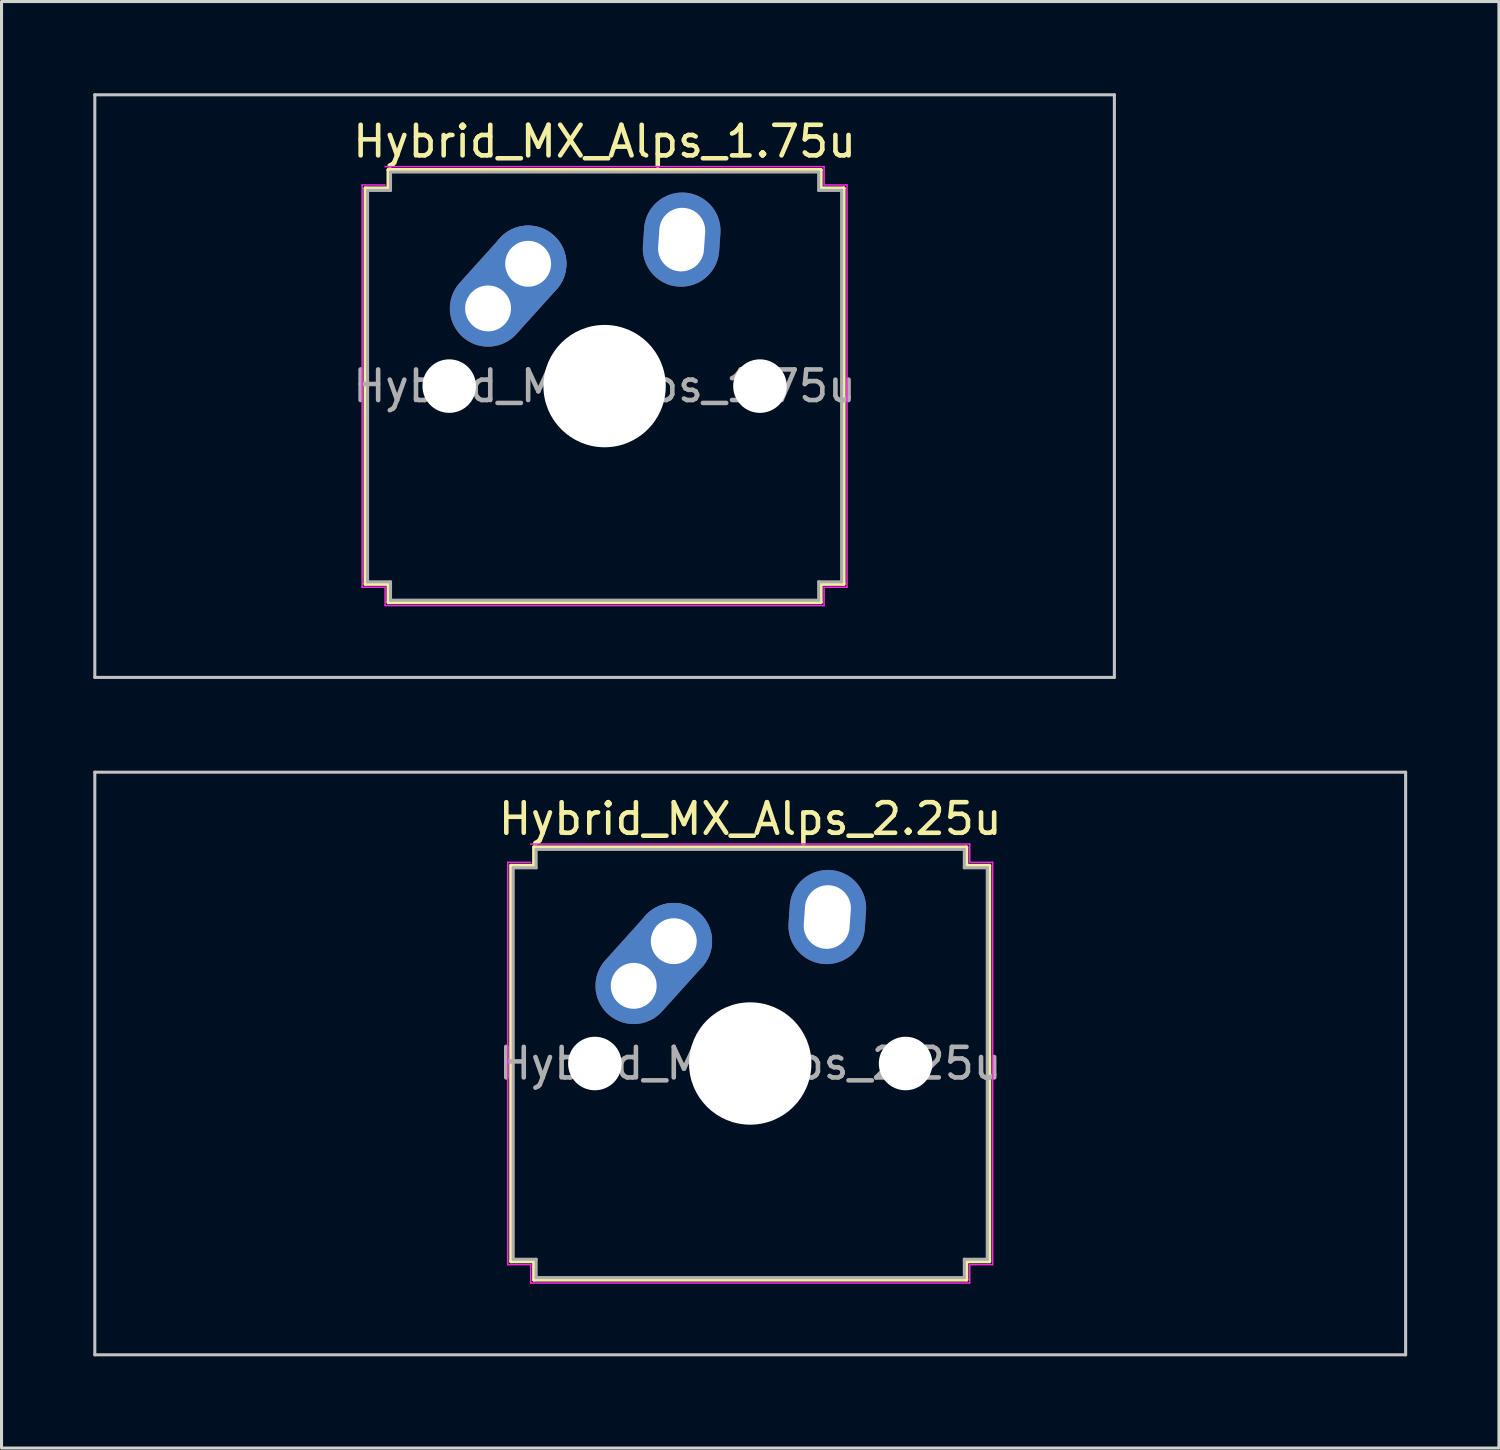
<source format=kicad_pcb>
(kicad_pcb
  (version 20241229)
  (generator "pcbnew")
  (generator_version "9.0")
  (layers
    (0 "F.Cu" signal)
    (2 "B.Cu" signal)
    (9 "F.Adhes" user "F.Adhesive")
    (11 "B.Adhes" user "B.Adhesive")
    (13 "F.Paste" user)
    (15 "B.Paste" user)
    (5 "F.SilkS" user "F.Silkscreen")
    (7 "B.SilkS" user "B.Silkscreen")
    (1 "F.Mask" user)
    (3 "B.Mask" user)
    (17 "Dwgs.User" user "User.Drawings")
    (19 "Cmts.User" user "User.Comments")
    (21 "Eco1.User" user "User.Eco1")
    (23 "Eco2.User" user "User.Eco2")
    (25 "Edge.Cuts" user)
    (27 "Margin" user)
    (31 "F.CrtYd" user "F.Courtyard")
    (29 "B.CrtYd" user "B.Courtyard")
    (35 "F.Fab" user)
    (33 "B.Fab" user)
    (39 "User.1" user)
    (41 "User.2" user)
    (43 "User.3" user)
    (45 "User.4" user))
  (footprint "Hybrid_MX_Alps_1.75u"
    (layer "F.Cu")
    (at 16.719 9.575)
    (property "Reference" "Hybrid_MX_Alps_1.75u" (at 0 -8 0) (layer "F.SilkS") (effects (font (size 1 1) (thickness 0.15))))
    (attr through_hole)
    (fp_line (start -7.821 -6.471) (end -7.071 -6.471) (stroke (width 0.12) (type solid)) (layer "F.SilkS"))
    (fp_line (start -7.821 6.471) (end -7.821 -6.471) (stroke (width 0.12) (type solid)) (layer "F.SilkS"))
    (fp_line (start -7.071 -7.071) (end 7.071 -7.071) (stroke (width 0.12) (type solid)) (layer "F.SilkS"))
    (fp_line (start -7.071 -6.471) (end -7.071 -7.071) (stroke (width 0.12) (type solid)) (layer "F.SilkS"))
    (fp_line (start -7.071 6.471) (end -7.821 6.471) (stroke (width 0.12) (type solid)) (layer "F.SilkS"))
    (fp_line (start -7.071 7.071) (end -7.071 6.471) (stroke (width 0.12) (type solid)) (layer "F.SilkS"))
    (fp_line (start 7.071 -7.071) (end 7.071 -6.471) (stroke (width 0.12) (type solid)) (layer "F.SilkS"))
    (fp_line (start 7.071 -6.471) (end 7.821 -6.471) (stroke (width 0.12) (type solid)) (layer "F.SilkS"))
    (fp_line (start 7.071 6.471) (end 7.071 7.071) (stroke (width 0.12) (type solid)) (layer "F.SilkS"))
    (fp_line (start 7.071 7.071) (end -7.071 7.071) (stroke (width 0.12) (type solid)) (layer "F.SilkS"))
    (fp_line (start 7.821 -6.471) (end 7.821 6.471) (stroke (width 0.12) (type solid)) (layer "F.SilkS"))
    (fp_line (start 7.821 6.471) (end 7.071 6.471) (stroke (width 0.12) (type solid)) (layer "F.SilkS"))
    (fp_line (start -16.669 -9.525) (end -16.669 9.525) (stroke (width 0.1) (type solid)) (layer "Dwgs.User"))
    (fp_line (start -16.669 9.525) (end 16.669 9.525) (stroke (width 0.1) (type solid)) (layer "Dwgs.User"))
    (fp_line (start 16.669 -9.525) (end -16.669 -9.525) (stroke (width 0.1) (type solid)) (layer "Dwgs.User"))
    (fp_line (start 16.669 9.525) (end 16.669 -9.525) (stroke (width 0.1) (type solid)) (layer "Dwgs.User"))
    (fp_line (start -7.927 -6.577) (end -7.177 -6.577) (stroke (width 0.05) (type solid)) (layer "F.CrtYd"))
    (fp_line (start -7.927 6.577) (end -7.927 -6.577) (stroke (width 0.05) (type solid)) (layer "F.CrtYd"))
    (fp_line (start -7.177 -7.177) (end 7.177 -7.177) (stroke (width 0.05) (type solid)) (layer "F.CrtYd"))
    (fp_line (start -7.177 6.577) (end -7.927 6.577) (stroke (width 0.05) (type solid)) (layer "F.CrtYd"))
    (fp_line (start -7.177 7.177) (end -7.177 6.577) (stroke (width 0.05) (type solid)) (layer "F.CrtYd"))
    (fp_line (start 7.177 -7.177) (end 7.177 -6.577) (stroke (width 0.05) (type solid)) (layer "F.CrtYd"))
    (fp_line (start 7.177 -6.577) (end 7.927 -6.577) (stroke (width 0.05) (type solid)) (layer "F.CrtYd"))
    (fp_line (start 7.177 6.577) (end 7.177 7.177) (stroke (width 0.05) (type solid)) (layer "F.CrtYd"))
    (fp_line (start 7.177 7.177) (end -7.177 7.177) (stroke (width 0.05) (type solid)) (layer "F.CrtYd"))
    (fp_line (start 7.927 -6.577) (end 7.927 6.577) (stroke (width 0.05) (type solid)) (layer "F.CrtYd"))
    (fp_line (start 7.927 6.577) (end 7.177 6.577) (stroke (width 0.05) (type solid)) (layer "F.CrtYd"))
    (fp_line (start -7.75 -6.4) (end -7 -6.4) (stroke (width 0.1) (type solid)) (layer "F.Fab"))
    (fp_line (start -7.75 6.4) (end -7.75 -6.4) (stroke (width 0.1) (type solid)) (layer "F.Fab"))
    (fp_line (start -7 -7) (end 7 -7) (stroke (width 0.1) (type solid)) (layer "F.Fab"))
    (fp_line (start -7 -6.4) (end -7 -7) (stroke (width 0.1) (type solid)) (layer "F.Fab"))
    (fp_line (start -7 6.4) (end -7.75 6.4) (stroke (width 0.1) (type solid)) (layer "F.Fab"))
    (fp_line (start -7 7) (end -7 6.4) (stroke (width 0.1) (type solid)) (layer "F.Fab"))
    (fp_line (start 7 -7) (end 7 -6.4) (stroke (width 0.1) (type solid)) (layer "F.Fab"))
    (fp_line (start 7 -6.4) (end 7.75 -6.4) (stroke (width 0.1) (type solid)) (layer "F.Fab"))
    (fp_line (start 7 6.4) (end 7 7) (stroke (width 0.1) (type solid)) (layer "F.Fab"))
    (fp_line (start 7 7) (end -7 7) (stroke (width 0.1) (type solid)) (layer "F.Fab"))
    (fp_line (start 7.75 -6.4) (end 7.75 6.4) (stroke (width 0.1) (type solid)) (layer "F.Fab"))
    (fp_line (start 7.75 6.4) (end 7 6.4) (stroke (width 0.1) (type solid)) (layer "F.Fab"))
    (fp_text user "${REFERENCE}" (at 0 0 0) (layer "F.Fab") (effects (font (size 1 1) (thickness 0.15))))
    (pad "" np_thru_hole circle (at -5.08 0) (size 1.75 1.75) (drill 1.75) (layers "*.Cu" "*.Mask"))
    (pad "" np_thru_hole circle (at 0 0) (size 4 4) (drill 4) (layers "*.Cu" "*.Mask"))
    (pad "" np_thru_hole circle (at 5.08 0) (size 1.75 1.75) (drill 1.75) (layers "*.Cu" "*.Mask"))
    (pad "1" thru_hole oval (at -3.81 -2.54 48) (size 4.462 2.5) (drill 1.5 (offset 0.981 0)) (layers "*.Cu" "*.Mask"))
    (pad "1" thru_hole circle (at -2.5 -4) (size 2.5 2.5) (drill 1.5) (layers "*.Cu" "*.Mask"))
    (pad "2" thru_hole oval (at 2.52 -4.79 86) (size 3.081 2.5) (drill oval 2.081 1.5) (layers "*.Cu" "*.Mask")))
  (footprint "Hybrid_MX_Alps_2.25u"
    (layer "F.Cu")
    (at 21.481 31.725)
    (property "Reference" "Hybrid_MX_Alps_2.25u" (at 0 -8 0) (layer "F.SilkS") (effects (font (size 1 1) (thickness 0.15))))
    (attr through_hole)
    (fp_line (start -7.821 -6.471) (end -7.071 -6.471) (stroke (width 0.12) (type solid)) (layer "F.SilkS"))
    (fp_line (start -7.821 6.471) (end -7.821 -6.471) (stroke (width 0.12) (type solid)) (layer "F.SilkS"))
    (fp_line (start -7.071 -7.071) (end 7.071 -7.071) (stroke (width 0.12) (type solid)) (layer "F.SilkS"))
    (fp_line (start -7.071 -6.471) (end -7.071 -7.071) (stroke (width 0.12) (type solid)) (layer "F.SilkS"))
    (fp_line (start -7.071 6.471) (end -7.821 6.471) (stroke (width 0.12) (type solid)) (layer "F.SilkS"))
    (fp_line (start -7.071 7.071) (end -7.071 6.471) (stroke (width 0.12) (type solid)) (layer "F.SilkS"))
    (fp_line (start 7.071 -7.071) (end 7.071 -6.471) (stroke (width 0.12) (type solid)) (layer "F.SilkS"))
    (fp_line (start 7.071 -6.471) (end 7.821 -6.471) (stroke (width 0.12) (type solid)) (layer "F.SilkS"))
    (fp_line (start 7.071 6.471) (end 7.071 7.071) (stroke (width 0.12) (type solid)) (layer "F.SilkS"))
    (fp_line (start 7.071 7.071) (end -7.071 7.071) (stroke (width 0.12) (type solid)) (layer "F.SilkS"))
    (fp_line (start 7.821 -6.471) (end 7.821 6.471) (stroke (width 0.12) (type solid)) (layer "F.SilkS"))
    (fp_line (start 7.821 6.471) (end 7.071 6.471) (stroke (width 0.12) (type solid)) (layer "F.SilkS"))
    (fp_line (start -21.431 -9.525) (end -21.431 9.525) (stroke (width 0.1) (type solid)) (layer "Dwgs.User"))
    (fp_line (start -21.431 9.525) (end 21.431 9.525) (stroke (width 0.1) (type solid)) (layer "Dwgs.User"))
    (fp_line (start 21.431 -9.525) (end -21.431 -9.525) (stroke (width 0.1) (type solid)) (layer "Dwgs.User"))
    (fp_line (start 21.431 9.525) (end 21.431 -9.525) (stroke (width 0.1) (type solid)) (layer "Dwgs.User"))
    (fp_line (start -7.927 -6.577) (end -7.177 -6.577) (stroke (width 0.05) (type solid)) (layer "F.CrtYd"))
    (fp_line (start -7.927 6.577) (end -7.927 -6.577) (stroke (width 0.05) (type solid)) (layer "F.CrtYd"))
    (fp_line (start -7.177 -7.177) (end 7.177 -7.177) (stroke (width 0.05) (type solid)) (layer "F.CrtYd"))
    (fp_line (start -7.177 6.577) (end -7.927 6.577) (stroke (width 0.05) (type solid)) (layer "F.CrtYd"))
    (fp_line (start -7.177 7.177) (end -7.177 6.577) (stroke (width 0.05) (type solid)) (layer "F.CrtYd"))
    (fp_line (start 7.177 -7.177) (end 7.177 -6.577) (stroke (width 0.05) (type solid)) (layer "F.CrtYd"))
    (fp_line (start 7.177 -6.577) (end 7.927 -6.577) (stroke (width 0.05) (type solid)) (layer "F.CrtYd"))
    (fp_line (start 7.177 6.577) (end 7.177 7.177) (stroke (width 0.05) (type solid)) (layer "F.CrtYd"))
    (fp_line (start 7.177 7.177) (end -7.177 7.177) (stroke (width 0.05) (type solid)) (layer "F.CrtYd"))
    (fp_line (start 7.927 -6.577) (end 7.927 6.577) (stroke (width 0.05) (type solid)) (layer "F.CrtYd"))
    (fp_line (start 7.927 6.577) (end 7.177 6.577) (stroke (width 0.05) (type solid)) (layer "F.CrtYd"))
    (fp_line (start -7.75 -6.4) (end -7 -6.4) (stroke (width 0.1) (type solid)) (layer "F.Fab"))
    (fp_line (start -7.75 6.4) (end -7.75 -6.4) (stroke (width 0.1) (type solid)) (layer "F.Fab"))
    (fp_line (start -7 -7) (end 7 -7) (stroke (width 0.1) (type solid)) (layer "F.Fab"))
    (fp_line (start -7 -6.4) (end -7 -7) (stroke (width 0.1) (type solid)) (layer "F.Fab"))
    (fp_line (start -7 6.4) (end -7.75 6.4) (stroke (width 0.1) (type solid)) (layer "F.Fab"))
    (fp_line (start -7 7) (end -7 6.4) (stroke (width 0.1) (type solid)) (layer "F.Fab"))
    (fp_line (start 7 -7) (end 7 -6.4) (stroke (width 0.1) (type solid)) (layer "F.Fab"))
    (fp_line (start 7 -6.4) (end 7.75 -6.4) (stroke (width 0.1) (type solid)) (layer "F.Fab"))
    (fp_line (start 7 6.4) (end 7 7) (stroke (width 0.1) (type solid)) (layer "F.Fab"))
    (fp_line (start 7 7) (end -7 7) (stroke (width 0.1) (type solid)) (layer "F.Fab"))
    (fp_line (start 7.75 -6.4) (end 7.75 6.4) (stroke (width 0.1) (type solid)) (layer "F.Fab"))
    (fp_line (start 7.75 6.4) (end 7 6.4) (stroke (width 0.1) (type solid)) (layer "F.Fab"))
    (fp_text user "${REFERENCE}" (at 0 0 0) (layer "F.Fab") (effects (font (size 1 1) (thickness 0.15))))
    (pad "" np_thru_hole circle (at -5.08 0) (size 1.75 1.75) (drill 1.75) (layers "*.Cu" "*.Mask"))
    (pad "" np_thru_hole circle (at 0 0) (size 4 4) (drill 4) (layers "*.Cu" "*.Mask"))
    (pad "" np_thru_hole circle (at 5.08 0) (size 1.75 1.75) (drill 1.75) (layers "*.Cu" "*.Mask"))
    (pad "1" thru_hole oval (at -3.81 -2.54 48) (size 4.462 2.5) (drill 1.5 (offset 0.981 0)) (layers "*.Cu" "*.Mask"))
    (pad "1" thru_hole circle (at -2.5 -4) (size 2.5 2.5) (drill 1.5) (layers "*.Cu" "*.Mask"))
    (pad "2" thru_hole oval (at 2.52 -4.79 86) (size 3.081 2.5) (drill oval 2.081 1.5) (layers "*.Cu" "*.Mask")))
  (gr_rect
    (start -3 -3)
    (end 45.962 44.3)
    (stroke (width 0.1) (type default))
    (fill no)
    (layer "Edge.Cuts")))
</source>
